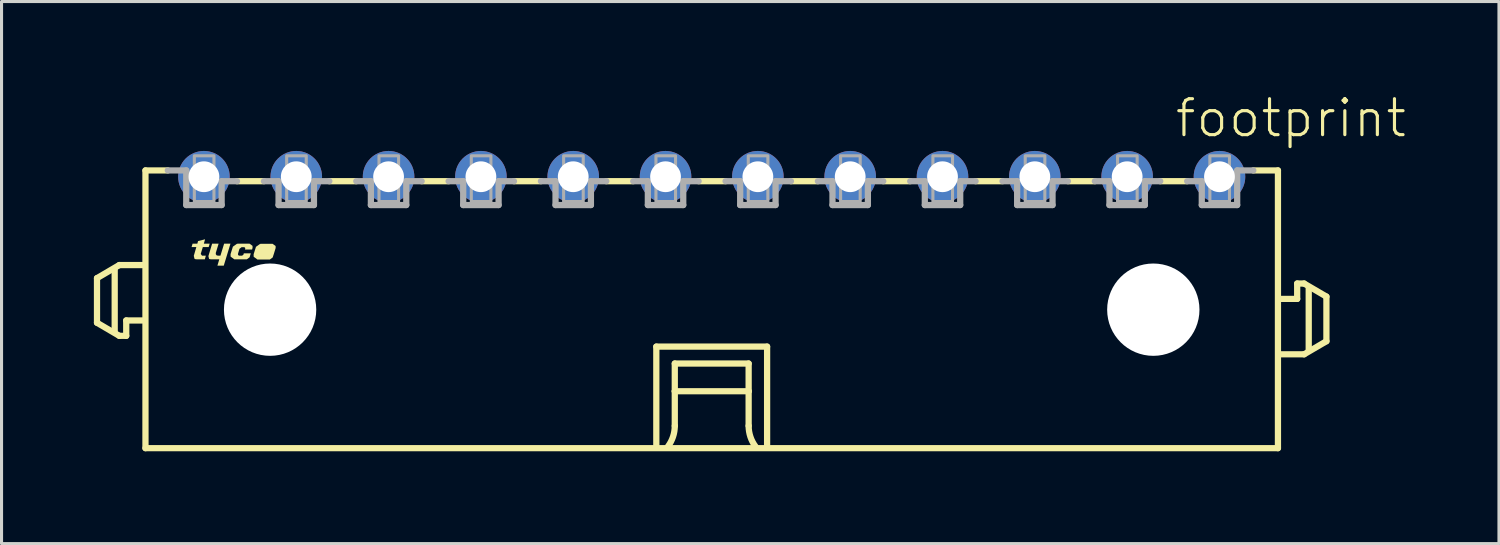
<source format=kicad_pcb>
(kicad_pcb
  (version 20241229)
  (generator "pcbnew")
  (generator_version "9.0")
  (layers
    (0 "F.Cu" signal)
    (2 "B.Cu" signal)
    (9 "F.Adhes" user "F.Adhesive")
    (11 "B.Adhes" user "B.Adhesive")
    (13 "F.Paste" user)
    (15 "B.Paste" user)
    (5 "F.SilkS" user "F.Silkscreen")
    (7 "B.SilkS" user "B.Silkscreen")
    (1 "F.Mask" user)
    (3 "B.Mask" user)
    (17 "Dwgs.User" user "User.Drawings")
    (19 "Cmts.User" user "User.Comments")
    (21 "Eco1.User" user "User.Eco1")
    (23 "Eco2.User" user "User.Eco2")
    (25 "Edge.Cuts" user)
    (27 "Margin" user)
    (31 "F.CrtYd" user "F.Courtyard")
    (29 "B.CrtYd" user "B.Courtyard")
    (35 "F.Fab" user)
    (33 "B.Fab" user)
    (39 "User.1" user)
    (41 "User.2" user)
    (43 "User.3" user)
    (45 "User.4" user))
  (footprint "footprint"
    (layer "F.Cu")
    (at 20.077 7.013)
    (property "Reference" "footprint" (at 15 -5.54 0) (layer "F.SilkS") (effects (font (size 1.168 1.168) (thickness 0.102)) (justify left bottom)))
    (fp_line (start -19.975 -1.025) (end -19.975 0.425) (stroke (width 0.203) (type solid)) (layer "F.SilkS"))
    (fp_line (start -19.975 0.425) (end -19.25 0.85) (stroke (width 0.203) (type solid)) (layer "F.SilkS"))
    (fp_line (start -19.4 0.7) (end -19.4 -1.3) (stroke (width 0.203) (type solid)) (layer "F.SilkS"))
    (fp_line (start -19.25 -1.45) (end -19.975 -1.025) (stroke (width 0.203) (type solid)) (layer "F.SilkS"))
    (fp_line (start -19.25 0.85) (end -19.025 0.85) (stroke (width 0.203) (type solid)) (layer "F.SilkS"))
    (fp_line (start -19.025 0.35) (end -18.5 0.35) (stroke (width 0.203) (type solid)) (layer "F.SilkS"))
    (fp_line (start -19.025 0.85) (end -19.025 0.35) (stroke (width 0.203) (type solid)) (layer "F.SilkS"))
    (fp_line (start -18.5 -1.45) (end -19.25 -1.45) (stroke (width 0.203) (type solid)) (layer "F.SilkS"))
    (fp_line (start -18.4 -4.525) (end -18.4 4.5) (stroke (width 0.203) (type solid)) (layer "F.SilkS"))
    (fp_line (start -18.4 -4.525) (end -17.675 -4.525) (stroke (width 0.203) (type solid)) (layer "F.SilkS"))
    (fp_line (start -18.4 4.5) (end 18.4 4.5) (stroke (width 0.203) (type solid)) (layer "F.SilkS"))
    (fp_line (start -14.55 -4.175) (end -15.425 -4.175) (stroke (width 0.203) (type solid)) (layer "F.SilkS"))
    (fp_line (start -11.55 -4.175) (end -12.425 -4.175) (stroke (width 0.203) (type solid)) (layer "F.SilkS"))
    (fp_line (start -8.55 -4.175) (end -9.425 -4.175) (stroke (width 0.203) (type solid)) (layer "F.SilkS"))
    (fp_line (start -5.55 -4.175) (end -6.425 -4.175) (stroke (width 0.203) (type solid)) (layer "F.SilkS"))
    (fp_line (start -2.55 -4.175) (end -3.425 -4.175) (stroke (width 0.203) (type solid)) (layer "F.SilkS"))
    (fp_line (start -1.8 1.2) (end 1.8 1.2) (stroke (width 0.203) (type solid)) (layer "F.SilkS"))
    (fp_line (start -1.8 4.4) (end -1.8 1.2) (stroke (width 0.203) (type solid)) (layer "F.SilkS"))
    (fp_line (start -1.2 1.75) (end -1.2 2.65) (stroke (width 0.203) (type solid)) (layer "F.SilkS"))
    (fp_line (start -1.2 2.65) (end -1.2 3.775) (stroke (width 0.203) (type solid)) (layer "F.SilkS"))
    (fp_line (start -1.2 2.65) (end 1.2 2.65) (stroke (width 0.203) (type solid)) (layer "F.SilkS"))
    (fp_line (start 0.45 -4.175) (end -0.425 -4.175) (stroke (width 0.203) (type solid)) (layer "F.SilkS"))
    (fp_line (start 1.2 1.75) (end -1.2 1.75) (stroke (width 0.203) (type solid)) (layer "F.SilkS"))
    (fp_line (start 1.2 2.65) (end 1.2 1.75) (stroke (width 0.203) (type solid)) (layer "F.SilkS"))
    (fp_line (start 1.2 2.65) (end 1.2 3.775) (stroke (width 0.203) (type solid)) (layer "F.SilkS"))
    (fp_line (start 1.8 1.2) (end 1.8 4.4) (stroke (width 0.203) (type solid)) (layer "F.SilkS"))
    (fp_line (start 3.45 -4.175) (end 2.575 -4.175) (stroke (width 0.203) (type solid)) (layer "F.SilkS"))
    (fp_line (start 6.45 -4.175) (end 5.575 -4.175) (stroke (width 0.203) (type solid)) (layer "F.SilkS"))
    (fp_line (start 9.45 -4.175) (end 8.575 -4.175) (stroke (width 0.203) (type solid)) (layer "F.SilkS"))
    (fp_line (start 12.45 -4.175) (end 11.575 -4.175) (stroke (width 0.203) (type solid)) (layer "F.SilkS"))
    (fp_line (start 15.45 -4.175) (end 14.575 -4.175) (stroke (width 0.203) (type solid)) (layer "F.SilkS"))
    (fp_line (start 18.4 -4.525) (end 17.6 -4.525) (stroke (width 0.203) (type solid)) (layer "F.SilkS"))
    (fp_line (start 18.4 4.5) (end 18.4 -4.525) (stroke (width 0.203) (type solid)) (layer "F.SilkS"))
    (fp_line (start 18.5 1.45) (end 19.25 1.45) (stroke (width 0.203) (type solid)) (layer "F.SilkS"))
    (fp_line (start 19.025 -0.85) (end 19.025 -0.35) (stroke (width 0.203) (type solid)) (layer "F.SilkS"))
    (fp_line (start 19.025 -0.35) (end 18.5 -0.35) (stroke (width 0.203) (type solid)) (layer "F.SilkS"))
    (fp_line (start 19.25 -0.85) (end 19.025 -0.85) (stroke (width 0.203) (type solid)) (layer "F.SilkS"))
    (fp_line (start 19.25 1.45) (end 19.975 1.025) (stroke (width 0.203) (type solid)) (layer "F.SilkS"))
    (fp_line (start 19.4 1.3) (end 19.4 -0.7) (stroke (width 0.203) (type solid)) (layer "F.SilkS"))
    (fp_line (start 19.975 -0.425) (end 19.25 -0.85) (stroke (width 0.203) (type solid)) (layer "F.SilkS"))
    (fp_line (start 19.975 1.025) (end 19.975 -0.425) (stroke (width 0.203) (type solid)) (layer "F.SilkS"))
    (fp_arc (start -1.2 3.775) (mid -1.257731 4.130756) (end -1.425 4.449999) (stroke (width 0.2032) (type solid)) (layer "F.SilkS"))
    (fp_arc (start 1.425 4.449999) (mid 1.257732 4.130756) (end 1.2 3.775) (stroke (width 0.2032) (type solid)) (layer "F.SilkS"))
    (fp_poly (pts (xy -16.115 -1.844) (xy -16.113 -1.799) (xy -16.085 -1.764) (xy -16.039 -1.755) (xy -15.964 -1.755) (xy -15.844 -2.145) (xy -15.638 -2.145) (xy -15.856 -1.43) (xy -16.062 -1.43) (xy -16.002 -1.635) (xy -16.28 -1.635) (xy -16.28 -1.645) (xy -16.285 -1.645) (xy -16.285 -1.64) (xy -16.287 -1.635) (xy -16.333 -1.651) (xy -16.355 -1.74) (xy -16.234 -2.145) (xy -16.023 -2.145)) (stroke (width 0) (type solid)) (fill yes) (layer "F.SilkS"))
    (fp_poly (pts (xy -16.503 -2.145) (xy -16.313 -2.145) (xy -16.346 -2.035) (xy -16.536 -2.035) (xy -16.604 -1.811) (xy -16.562 -1.755) (xy -16.438 -1.755) (xy -16.471 -1.635) (xy -16.75 -1.635) (xy -16.75 -1.645) (xy -16.755 -1.645) (xy -16.755 -1.64) (xy -16.757 -1.635) (xy -16.807 -1.653) (xy -16.83 -1.75) (xy -16.747 -2.035) (xy -16.902 -2.035) (xy -16.869 -2.145) (xy -16.714 -2.145) (xy -16.692 -2.229) (xy -16.463 -2.287)) (stroke (width 0) (type solid)) (fill yes) (layer "F.SilkS"))
    (fp_poly (pts (xy -14.171 -2.069) (xy -14.17 -2.005) (xy -14.17 -2.004) (xy -14.223 -1.83) (xy -14.223 -1.83) (xy -14.225 -1.823) (xy -14.226 -1.82) (xy -14.226 -1.82) (xy -14.266 -1.697) (xy -14.358 -1.63) (xy -14.762 -1.63) (xy -14.884 -1.72) (xy -14.885 -1.8) (xy -14.885 -1.801) (xy -14.809 -2.043) (xy -14.673 -2.139) (xy -14.67 -2.135) (xy -14.67 -2.13) (xy -14.665 -2.13) (xy -14.665 -2.14) (xy -14.268 -2.14)) (stroke (width 0) (type solid)) (fill yes) (layer "F.SilkS"))
    (fp_poly (pts (xy -14.921 -2.074) (xy -14.92 -2.01) (xy -14.92 -2.009) (xy -14.936 -1.955) (xy -15.167 -1.955) (xy -15.16 -1.976) (xy -15.158 -2.001) (xy -15.172 -2.022) (xy -15.196 -2.03) (xy -15.278 -2.03) (xy -15.346 -1.977) (xy -15.395 -1.81) (xy -15.388 -1.772) (xy -15.354 -1.755) (xy -15.262 -1.755) (xy -15.219 -1.783) (xy -15.204 -1.83) (xy -14.978 -1.83) (xy -15.016 -1.702) (xy -15.108 -1.635) (xy -15.512 -1.635) (xy -15.634 -1.725) (xy -15.635 -1.805) (xy -15.635 -1.806) (xy -15.559 -2.048) (xy -15.423 -2.144) (xy -15.42 -2.14) (xy -15.42 -2.135) (xy -15.415 -2.135) (xy -15.415 -2.145) (xy -15.018 -2.145)) (stroke (width 0) (type solid)) (fill yes) (layer "F.SilkS"))
    (fp_line (start -17.075 -4.525) (end -17.675 -4.525) (stroke (width 0.203) (type solid)) (layer "F.Fab"))
    (fp_line (start -17.075 -3.4) (end -17.075 -4.525) (stroke (width 0.203) (type solid)) (layer "F.Fab"))
    (fp_line (start -15.925 -4.175) (end -15.925 -3.4) (stroke (width 0.203) (type solid)) (layer "F.Fab"))
    (fp_line (start -15.925 -3.4) (end -17.075 -3.4) (stroke (width 0.203) (type solid)) (layer "F.Fab"))
    (fp_line (start -15.425 -4.175) (end -15.925 -4.175) (stroke (width 0.203) (type solid)) (layer "F.Fab"))
    (fp_line (start -14.075 -4.175) (end -14.55 -4.175) (stroke (width 0.203) (type solid)) (layer "F.Fab"))
    (fp_line (start -14.075 -3.4) (end -14.075 -4.175) (stroke (width 0.203) (type solid)) (layer "F.Fab"))
    (fp_line (start -12.925 -4.175) (end -12.925 -3.4) (stroke (width 0.203) (type solid)) (layer "F.Fab"))
    (fp_line (start -12.925 -3.4) (end -14.075 -3.4) (stroke (width 0.203) (type solid)) (layer "F.Fab"))
    (fp_line (start -12.425 -4.175) (end -12.925 -4.175) (stroke (width 0.203) (type solid)) (layer "F.Fab"))
    (fp_line (start -11.075 -4.175) (end -11.55 -4.175) (stroke (width 0.203) (type solid)) (layer "F.Fab"))
    (fp_line (start -11.075 -3.4) (end -11.075 -4.175) (stroke (width 0.203) (type solid)) (layer "F.Fab"))
    (fp_line (start -9.925 -4.175) (end -9.925 -3.4) (stroke (width 0.203) (type solid)) (layer "F.Fab"))
    (fp_line (start -9.925 -3.4) (end -11.075 -3.4) (stroke (width 0.203) (type solid)) (layer "F.Fab"))
    (fp_line (start -9.425 -4.175) (end -9.925 -4.175) (stroke (width 0.203) (type solid)) (layer "F.Fab"))
    (fp_line (start -8.075 -4.175) (end -8.55 -4.175) (stroke (width 0.203) (type solid)) (layer "F.Fab"))
    (fp_line (start -8.075 -3.4) (end -8.075 -4.175) (stroke (width 0.203) (type solid)) (layer "F.Fab"))
    (fp_line (start -6.925 -4.175) (end -6.925 -3.4) (stroke (width 0.203) (type solid)) (layer "F.Fab"))
    (fp_line (start -6.925 -3.4) (end -8.075 -3.4) (stroke (width 0.203) (type solid)) (layer "F.Fab"))
    (fp_line (start -6.425 -4.175) (end -6.925 -4.175) (stroke (width 0.203) (type solid)) (layer "F.Fab"))
    (fp_line (start -5.075 -4.175) (end -5.55 -4.175) (stroke (width 0.203) (type solid)) (layer "F.Fab"))
    (fp_line (start -5.075 -3.4) (end -5.075 -4.175) (stroke (width 0.203) (type solid)) (layer "F.Fab"))
    (fp_line (start -3.925 -4.175) (end -3.925 -3.4) (stroke (width 0.203) (type solid)) (layer "F.Fab"))
    (fp_line (start -3.925 -3.4) (end -5.075 -3.4) (stroke (width 0.203) (type solid)) (layer "F.Fab"))
    (fp_line (start -3.425 -4.175) (end -3.925 -4.175) (stroke (width 0.203) (type solid)) (layer "F.Fab"))
    (fp_line (start -2.075 -4.175) (end -2.55 -4.175) (stroke (width 0.203) (type solid)) (layer "F.Fab"))
    (fp_line (start -2.075 -3.4) (end -2.075 -4.175) (stroke (width 0.203) (type solid)) (layer "F.Fab"))
    (fp_line (start -0.925 -4.175) (end -0.925 -3.4) (stroke (width 0.203) (type solid)) (layer "F.Fab"))
    (fp_line (start -0.925 -3.4) (end -2.075 -3.4) (stroke (width 0.203) (type solid)) (layer "F.Fab"))
    (fp_line (start -0.425 -4.175) (end -0.925 -4.175) (stroke (width 0.203) (type solid)) (layer "F.Fab"))
    (fp_line (start 0.925 -4.175) (end 0.45 -4.175) (stroke (width 0.203) (type solid)) (layer "F.Fab"))
    (fp_line (start 0.925 -3.4) (end 0.925 -4.175) (stroke (width 0.203) (type solid)) (layer "F.Fab"))
    (fp_line (start 2.075 -4.175) (end 2.075 -3.4) (stroke (width 0.203) (type solid)) (layer "F.Fab"))
    (fp_line (start 2.075 -3.4) (end 0.925 -3.4) (stroke (width 0.203) (type solid)) (layer "F.Fab"))
    (fp_line (start 2.575 -4.175) (end 2.075 -4.175) (stroke (width 0.203) (type solid)) (layer "F.Fab"))
    (fp_line (start 3.925 -4.175) (end 3.45 -4.175) (stroke (width 0.203) (type solid)) (layer "F.Fab"))
    (fp_line (start 3.925 -3.4) (end 3.925 -4.175) (stroke (width 0.203) (type solid)) (layer "F.Fab"))
    (fp_line (start 5.075 -4.175) (end 5.075 -3.4) (stroke (width 0.203) (type solid)) (layer "F.Fab"))
    (fp_line (start 5.075 -3.4) (end 3.925 -3.4) (stroke (width 0.203) (type solid)) (layer "F.Fab"))
    (fp_line (start 5.575 -4.175) (end 5.075 -4.175) (stroke (width 0.203) (type solid)) (layer "F.Fab"))
    (fp_line (start 6.925 -4.175) (end 6.45 -4.175) (stroke (width 0.203) (type solid)) (layer "F.Fab"))
    (fp_line (start 6.925 -3.4) (end 6.925 -4.175) (stroke (width 0.203) (type solid)) (layer "F.Fab"))
    (fp_line (start 8.075 -4.175) (end 8.075 -3.4) (stroke (width 0.203) (type solid)) (layer "F.Fab"))
    (fp_line (start 8.075 -3.4) (end 6.925 -3.4) (stroke (width 0.203) (type solid)) (layer "F.Fab"))
    (fp_line (start 8.575 -4.175) (end 8.075 -4.175) (stroke (width 0.203) (type solid)) (layer "F.Fab"))
    (fp_line (start 9.925 -4.175) (end 9.45 -4.175) (stroke (width 0.203) (type solid)) (layer "F.Fab"))
    (fp_line (start 9.925 -3.4) (end 9.925 -4.175) (stroke (width 0.203) (type solid)) (layer "F.Fab"))
    (fp_line (start 11.075 -4.175) (end 11.075 -3.4) (stroke (width 0.203) (type solid)) (layer "F.Fab"))
    (fp_line (start 11.075 -3.4) (end 9.925 -3.4) (stroke (width 0.203) (type solid)) (layer "F.Fab"))
    (fp_line (start 11.575 -4.175) (end 11.075 -4.175) (stroke (width 0.203) (type solid)) (layer "F.Fab"))
    (fp_line (start 12.925 -4.175) (end 12.45 -4.175) (stroke (width 0.203) (type solid)) (layer "F.Fab"))
    (fp_line (start 12.925 -3.4) (end 12.925 -4.175) (stroke (width 0.203) (type solid)) (layer "F.Fab"))
    (fp_line (start 14.075 -4.175) (end 14.075 -3.4) (stroke (width 0.203) (type solid)) (layer "F.Fab"))
    (fp_line (start 14.075 -3.4) (end 12.925 -3.4) (stroke (width 0.203) (type solid)) (layer "F.Fab"))
    (fp_line (start 14.575 -4.175) (end 14.075 -4.175) (stroke (width 0.203) (type solid)) (layer "F.Fab"))
    (fp_line (start 15.925 -4.175) (end 15.45 -4.175) (stroke (width 0.203) (type solid)) (layer "F.Fab"))
    (fp_line (start 15.925 -3.4) (end 15.925 -4.175) (stroke (width 0.203) (type solid)) (layer "F.Fab"))
    (fp_line (start 17.075 -4.525) (end 17.075 -3.4) (stroke (width 0.203) (type solid)) (layer "F.Fab"))
    (fp_line (start 17.075 -3.4) (end 15.925 -3.4) (stroke (width 0.203) (type solid)) (layer "F.Fab"))
    (fp_line (start 17.6 -4.525) (end 17.075 -4.525) (stroke (width 0.203) (type solid)) (layer "F.Fab"))
    (fp_poly (pts (xy -16.812 -3.513) (xy -16.175 -3.513) (xy -16.175 -5) (xy -16.812 -5)) (stroke (width 0.1) (type solid)) (fill no) (layer "F.Fab"))
    (fp_poly (pts (xy -13.812 -3.513) (xy -13.175 -3.513) (xy -13.175 -5) (xy -13.812 -5)) (stroke (width 0.1) (type solid)) (fill no) (layer "F.Fab"))
    (fp_poly (pts (xy -10.812 -3.513) (xy -10.175 -3.513) (xy -10.175 -5) (xy -10.812 -5)) (stroke (width 0.1) (type solid)) (fill no) (layer "F.Fab"))
    (fp_poly (pts (xy -7.812 -3.513) (xy -7.175 -3.513) (xy -7.175 -5) (xy -7.812 -5)) (stroke (width 0.1) (type solid)) (fill no) (layer "F.Fab"))
    (fp_poly (pts (xy -4.812 -3.513) (xy -4.175 -3.513) (xy -4.175 -5) (xy -4.812 -5)) (stroke (width 0.1) (type solid)) (fill no) (layer "F.Fab"))
    (fp_poly (pts (xy -1.812 -3.513) (xy -1.175 -3.513) (xy -1.175 -5) (xy -1.812 -5)) (stroke (width 0.1) (type solid)) (fill no) (layer "F.Fab"))
    (fp_poly (pts (xy 1.188 -3.513) (xy 1.825 -3.513) (xy 1.825 -5) (xy 1.188 -5)) (stroke (width 0.1) (type solid)) (fill no) (layer "F.Fab"))
    (fp_poly (pts (xy 4.188 -3.513) (xy 4.825 -3.513) (xy 4.825 -5) (xy 4.188 -5)) (stroke (width 0.1) (type solid)) (fill no) (layer "F.Fab"))
    (fp_poly (pts (xy 7.188 -3.513) (xy 7.825 -3.513) (xy 7.825 -5) (xy 7.188 -5)) (stroke (width 0.1) (type solid)) (fill no) (layer "F.Fab"))
    (fp_poly (pts (xy 10.188 -3.513) (xy 10.825 -3.513) (xy 10.825 -5) (xy 10.188 -5)) (stroke (width 0.1) (type solid)) (fill no) (layer "F.Fab"))
    (fp_poly (pts (xy 13.188 -3.513) (xy 13.825 -3.513) (xy 13.825 -5) (xy 13.188 -5)) (stroke (width 0.1) (type solid)) (fill no) (layer "F.Fab"))
    (fp_poly (pts (xy 16.188 -3.513) (xy 16.825 -3.513) (xy 16.825 -5) (xy 16.188 -5)) (stroke (width 0.1) (type solid)) (fill no) (layer "F.Fab"))
    (pad "" np_thru_hole circle (at -14.35 0) (size 3 3) (drill 3) (layers "*.Cu" "*.Mask"))
    (pad "" np_thru_hole circle (at 14.35 0) (size 3 3) (drill 3) (layers "*.Cu" "*.Mask"))
    (pad "1" thru_hole circle (at 16.5 -4.32) (size 1.676 1.676) (drill 1) (layers "*.Cu" "*.Mask"))
    (pad "2" thru_hole circle (at 13.5 -4.32) (size 1.676 1.676) (drill 1) (layers "*.Cu" "*.Mask"))
    (pad "3" thru_hole circle (at 10.5 -4.32) (size 1.676 1.676) (drill 1) (layers "*.Cu" "*.Mask"))
    (pad "4" thru_hole circle (at 7.5 -4.32) (size 1.676 1.676) (drill 1) (layers "*.Cu" "*.Mask"))
    (pad "5" thru_hole circle (at 4.5 -4.32) (size 1.676 1.676) (drill 1) (layers "*.Cu" "*.Mask"))
    (pad "6" thru_hole circle (at 1.5 -4.32) (size 1.676 1.676) (drill 1) (layers "*.Cu" "*.Mask"))
    (pad "7" thru_hole circle (at -1.5 -4.32) (size 1.676 1.676) (drill 1) (layers "*.Cu" "*.Mask"))
    (pad "8" thru_hole circle (at -4.5 -4.32) (size 1.676 1.676) (drill 1) (layers "*.Cu" "*.Mask"))
    (pad "9" thru_hole circle (at -7.5 -4.32) (size 1.676 1.676) (drill 1) (layers "*.Cu" "*.Mask"))
    (pad "10" thru_hole circle (at -10.5 -4.32) (size 1.676 1.676) (drill 1) (layers "*.Cu" "*.Mask"))
    (pad "11" thru_hole circle (at -13.5 -4.32) (size 1.676 1.676) (drill 1) (layers "*.Cu" "*.Mask"))
    (pad "12" thru_hole circle (at -16.5 -4.32) (size 1.676 1.676) (drill 1) (layers "*.Cu" "*.Mask")))
  (gr_rect
    (start -3 -3)
    (end 45.659 14.615)
    (stroke (width 0.1) (type default))
    (fill no)
    (layer "Edge.Cuts")))
</source>
